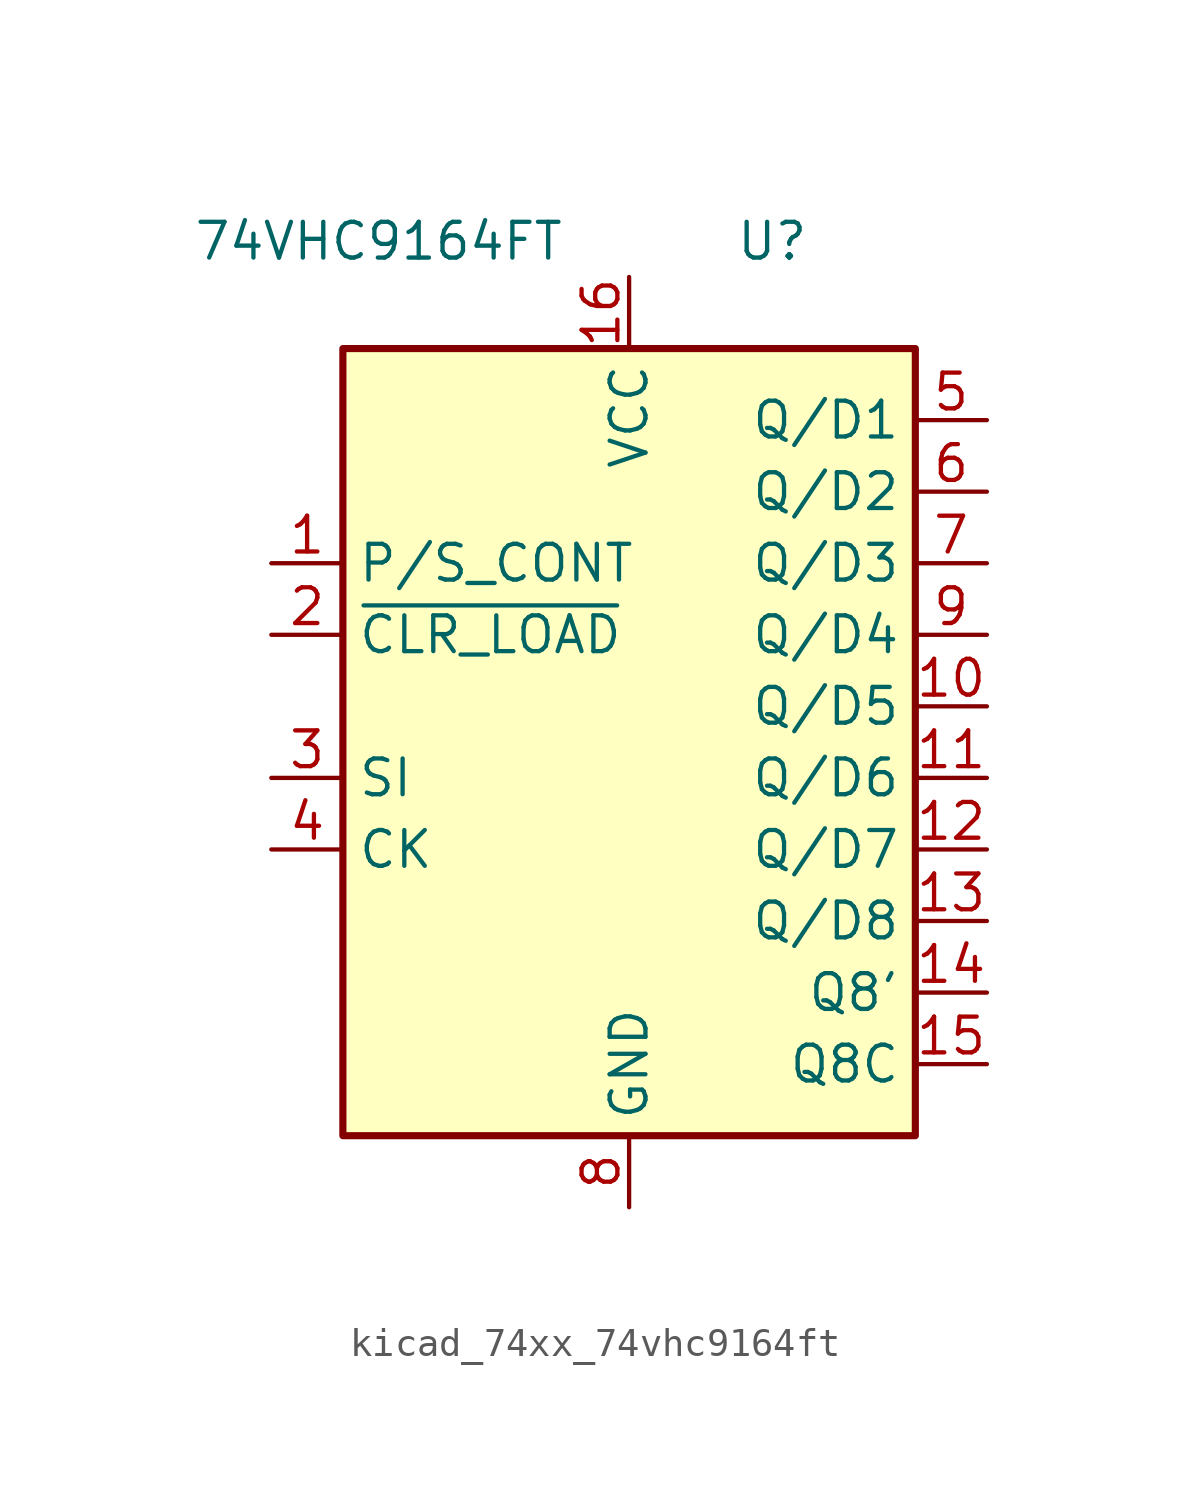
<source format=kicad_sym>
(kicad_symbol_lib
  (version 20220914)
  (generator kicad_symbol_editor)
  (symbol "kicad_74xx_74vhc9164ft"
    (property "Reference" "U"
      (at 5.08 16.51 0)
      (effects (font (size 1.27 1.27))))
    (property "Value" "74VHC9164FT"
      (at -8.89 16.51 0)
      (effects (font (size 1.27 1.27))))
    (symbol "kicad_74xx_74vhc9164ft_1_1"
      (rectangle (start -10.16 12.7) (end 10.16 -15.24) (stroke (width 0.254) (type default)) (fill (type background)))
      (pin input line (at -12.7 5.08 0) (length 2.54) (name "P/S_CONT" (effects (font (size 1.27 1.27)))) (number "1" (effects (font (size 1.27 1.27)))))
      (pin bidirectional line (at 12.7 0 180) (length 2.54) (name "Q/D5" (effects (font (size 1.27 1.27)))) (number "10" (effects (font (size 1.27 1.27)))))
      (pin bidirectional line (at 12.7 -2.54 180) (length 2.54) (name "Q/D6" (effects (font (size 1.27 1.27)))) (number "11" (effects (font (size 1.27 1.27)))))
      (pin bidirectional line (at 12.7 -5.08 180) (length 2.54) (name "Q/D7" (effects (font (size 1.27 1.27)))) (number "12" (effects (font (size 1.27 1.27)))))
      (pin bidirectional line (at 12.7 -7.62 180) (length 2.54) (name "Q/D8" (effects (font (size 1.27 1.27)))) (number "13" (effects (font (size 1.27 1.27)))))
      (pin output line (at 12.7 -10.16 180) (length 2.54) (name "Q8'" (effects (font (size 1.27 1.27)))) (number "14" (effects (font (size 1.27 1.27)))))
      (pin output line (at 12.7 -12.7 180) (length 2.54) (name "Q8C" (effects (font (size 1.27 1.27)))) (number "15" (effects (font (size 1.27 1.27)))))
      (pin power_in line (at 0 15.24 270) (length 2.54) (name "VCC" (effects (font (size 1.27 1.27)))) (number "16" (effects (font (size 1.27 1.27)))))
      (pin input line (at -12.7 2.54 0) (length 2.54) (name "~{CLR_LOAD}" (effects (font (size 1.27 1.27)))) (number "2" (effects (font (size 1.27 1.27)))))
      (pin input line (at -12.7 -2.54 0) (length 2.54) (name "SI" (effects (font (size 1.27 1.27)))) (number "3" (effects (font (size 1.27 1.27)))))
      (pin input line (at -12.7 -5.08 0) (length 2.54) (name "CK" (effects (font (size 1.27 1.27)))) (number "4" (effects (font (size 1.27 1.27)))))
      (pin bidirectional line (at 12.7 10.16 180) (length 2.54) (name "Q/D1" (effects (font (size 1.27 1.27)))) (number "5" (effects (font (size 1.27 1.27)))))
      (pin bidirectional line (at 12.7 7.62 180) (length 2.54) (name "Q/D2" (effects (font (size 1.27 1.27)))) (number "6" (effects (font (size 1.27 1.27)))))
      (pin bidirectional line (at 12.7 5.08 180) (length 2.54) (name "Q/D3" (effects (font (size 1.27 1.27)))) (number "7" (effects (font (size 1.27 1.27)))))
      (pin power_in line (at 0 -17.78 90) (length 2.54) (name "GND" (effects (font (size 1.27 1.27)))) (number "8" (effects (font (size 1.27 1.27)))))
      (pin bidirectional line (at 12.7 2.54 180) (length 2.54) (name "Q/D4" (effects (font (size 1.27 1.27)))) (number "9" (effects (font (size 1.27 1.27))))))))
</source>
